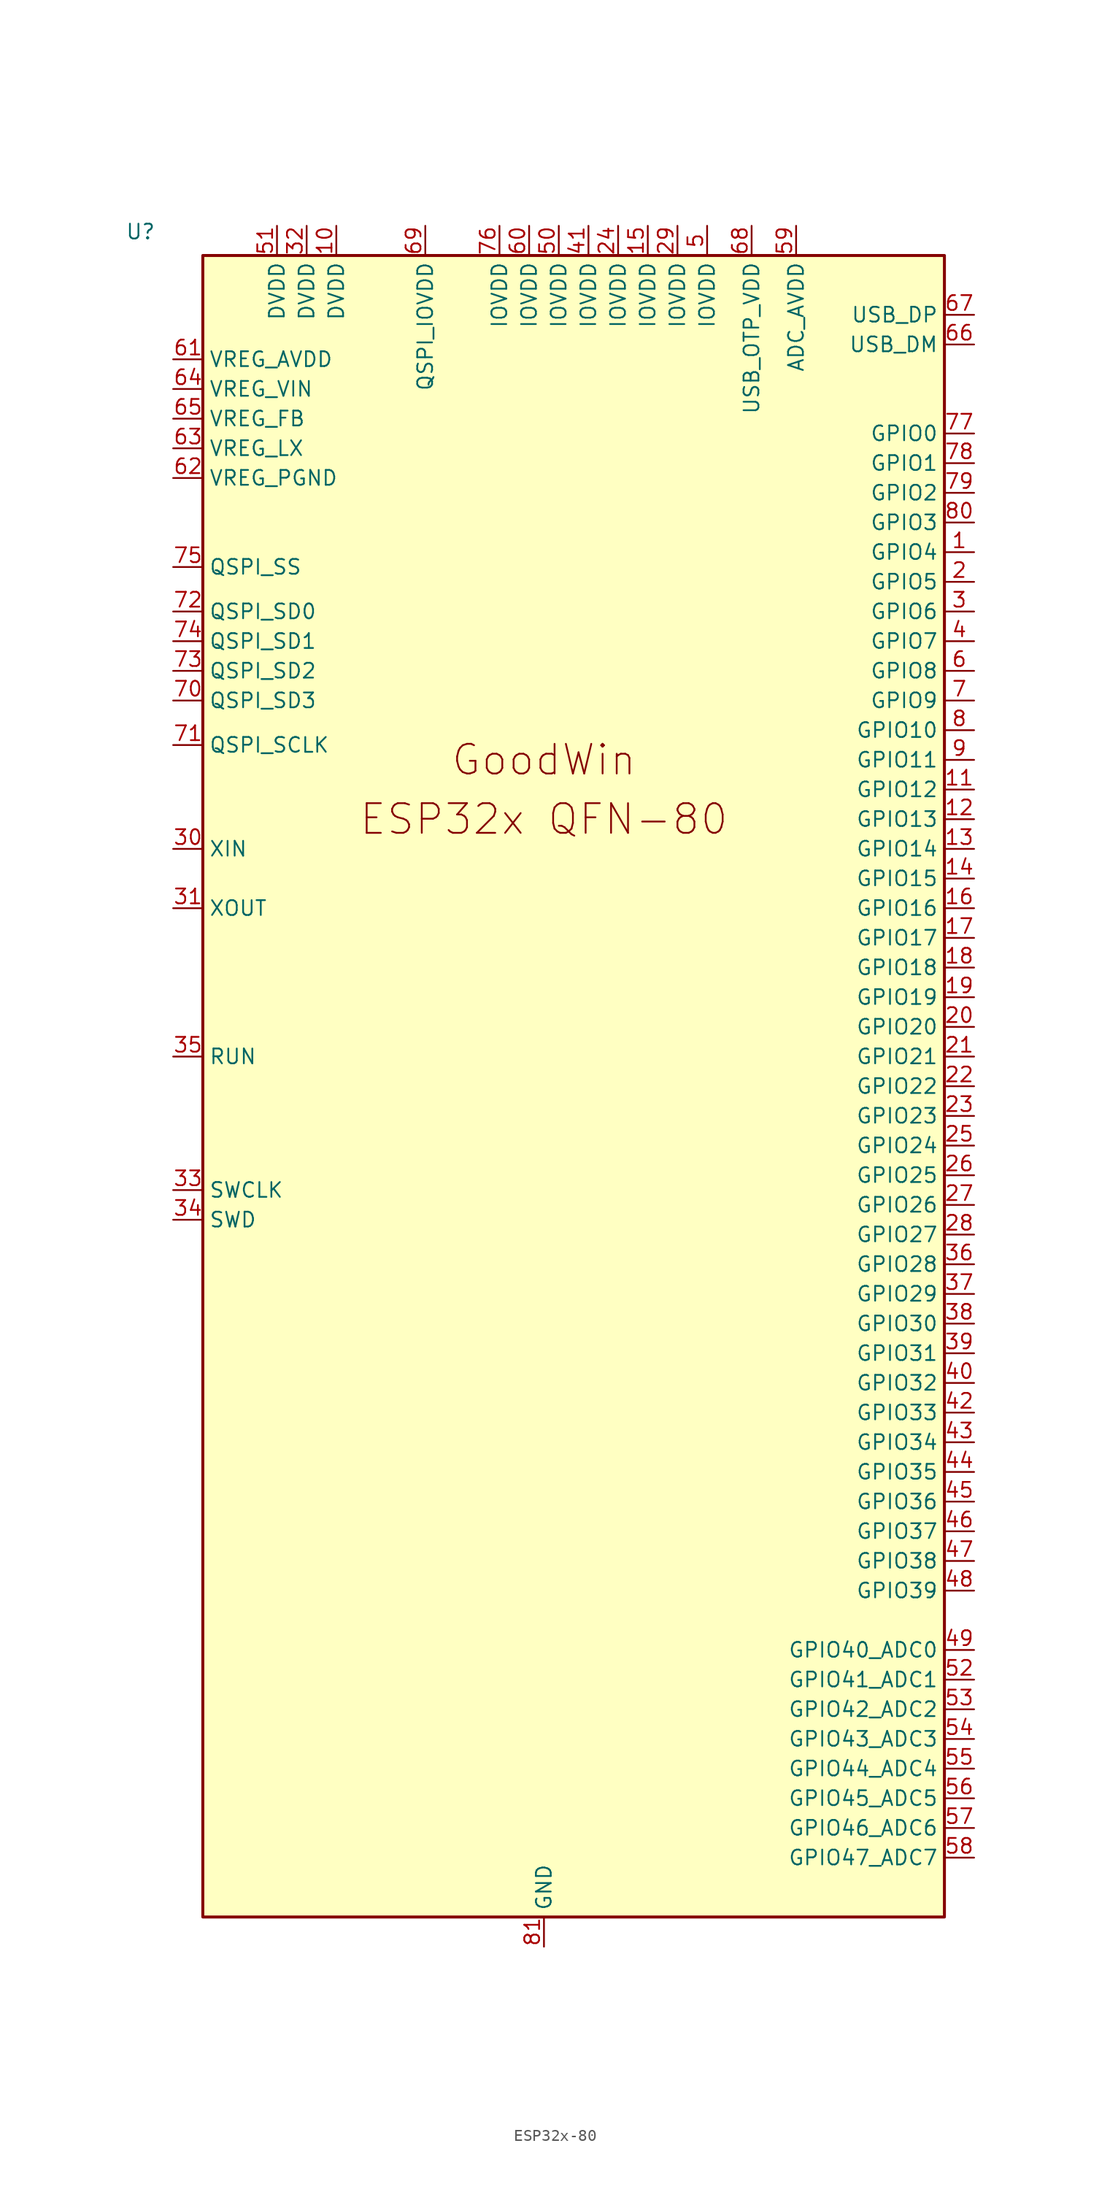
<source format=kicad_sym>
(kicad_symbol_lib
  (version 20231120)
  (generator "kicad_symbol_editor")
  (generator_version "8.0")
  (symbol "ESP32x-80"
    (property "Reference" "U"
      (at -38.354 75.692 0)
      (effects (font (size 1.27 1.27))))
    (property "Value" ""
      (at 0 0 0)
      (effects (font (size 1.27 1.27))))
    (symbol "ESP32x-80_0_1"
      (rectangle (start -33.02 73.66) (end 30.48 -68.58) (stroke (width 0.254) (type default)) (fill (type background))))
    (symbol "ESP32x-80_1_0"
      (text "ESP32x QFN-80" (at -3.81 25.4 0) (effects (font (size 2.54 2.54))))
      (text "GoodWin" (at -3.81 30.48 0) (effects (font (size 2.54 2.54)))))
    (symbol "ESP32x-80_1_1"
      (pin bidirectional line (at 33.02 48.26 180) (length 2.54) (name "GPIO4" (effects (font (size 1.27 1.27)))) (number "1" (effects (font (size 1.27 1.27)))))
      (pin power_in line (at -21.59 76.2 270) (length 2.54) (name "DVDD" (effects (font (size 1.27 1.27)))) (number "10" (effects (font (size 1.27 1.27)))))
      (pin bidirectional line (at 33.02 27.94 180) (length 2.54) (name "GPIO12" (effects (font (size 1.27 1.27)))) (number "11" (effects (font (size 1.27 1.27)))))
      (pin bidirectional line (at 33.02 25.4 180) (length 2.54) (name "GPIO13" (effects (font (size 1.27 1.27)))) (number "12" (effects (font (size 1.27 1.27)))))
      (pin bidirectional line (at 33.02 22.86 180) (length 2.54) (name "GPIO14" (effects (font (size 1.27 1.27)))) (number "13" (effects (font (size 1.27 1.27)))))
      (pin bidirectional line (at 33.02 20.32 180) (length 2.54) (name "GPIO15" (effects (font (size 1.27 1.27)))) (number "14" (effects (font (size 1.27 1.27)))))
      (pin power_in line (at 5.08 76.2 270) (length 2.54) (name "IOVDD" (effects (font (size 1.27 1.27)))) (number "15" (effects (font (size 1.27 1.27)))))
      (pin bidirectional line (at 33.02 17.78 180) (length 2.54) (name "GPIO16" (effects (font (size 1.27 1.27)))) (number "16" (effects (font (size 1.27 1.27)))))
      (pin bidirectional line (at 33.02 15.24 180) (length 2.54) (name "GPIO17" (effects (font (size 1.27 1.27)))) (number "17" (effects (font (size 1.27 1.27)))))
      (pin bidirectional line (at 33.02 12.7 180) (length 2.54) (name "GPIO18" (effects (font (size 1.27 1.27)))) (number "18" (effects (font (size 1.27 1.27)))))
      (pin bidirectional line (at 33.02 10.16 180) (length 2.54) (name "GPIO19" (effects (font (size 1.27 1.27)))) (number "19" (effects (font (size 1.27 1.27)))))
      (pin bidirectional line (at 33.02 45.72 180) (length 2.54) (name "GPIO5" (effects (font (size 1.27 1.27)))) (number "2" (effects (font (size 1.27 1.27)))))
      (pin bidirectional line (at 33.02 7.62 180) (length 2.54) (name "GPIO20" (effects (font (size 1.27 1.27)))) (number "20" (effects (font (size 1.27 1.27)))))
      (pin bidirectional line (at 33.02 5.08 180) (length 2.54) (name "GPIO21" (effects (font (size 1.27 1.27)))) (number "21" (effects (font (size 1.27 1.27)))))
      (pin bidirectional line (at 33.02 2.54 180) (length 2.54) (name "GPIO22" (effects (font (size 1.27 1.27)))) (number "22" (effects (font (size 1.27 1.27)))))
      (pin bidirectional line (at 33.02 0 180) (length 2.54) (name "GPIO23" (effects (font (size 1.27 1.27)))) (number "23" (effects (font (size 1.27 1.27)))))
      (pin power_in line (at 2.54 76.2 270) (length 2.54) (name "IOVDD" (effects (font (size 1.27 1.27)))) (number "24" (effects (font (size 1.27 1.27)))))
      (pin bidirectional line (at 33.02 -2.54 180) (length 2.54) (name "GPIO24" (effects (font (size 1.27 1.27)))) (number "25" (effects (font (size 1.27 1.27)))))
      (pin bidirectional line (at 33.02 -5.08 180) (length 2.54) (name "GPIO25" (effects (font (size 1.27 1.27)))) (number "26" (effects (font (size 1.27 1.27)))))
      (pin bidirectional line (at 33.02 -7.62 180) (length 2.54) (name "GPIO26" (effects (font (size 1.27 1.27)))) (number "27" (effects (font (size 1.27 1.27)))))
      (pin bidirectional line (at 33.02 -10.16 180) (length 2.54) (name "GPIO27" (effects (font (size 1.27 1.27)))) (number "28" (effects (font (size 1.27 1.27)))))
      (pin power_in line (at 7.62 76.2 270) (length 2.54) (name "IOVDD" (effects (font (size 1.27 1.27)))) (number "29" (effects (font (size 1.27 1.27)))))
      (pin bidirectional line (at 33.02 43.18 180) (length 2.54) (name "GPIO6" (effects (font (size 1.27 1.27)))) (number "3" (effects (font (size 1.27 1.27)))))
      (pin input line (at -35.56 22.86 0) (length 2.54) (name "XIN" (effects (font (size 1.27 1.27)))) (number "30" (effects (font (size 1.27 1.27)))))
      (pin passive line (at -35.56 17.78 0) (length 2.54) (name "XOUT" (effects (font (size 1.27 1.27)))) (number "31" (effects (font (size 1.27 1.27)))))
      (pin power_in line (at -24.13 76.2 270) (length 2.54) (name "DVDD" (effects (font (size 1.27 1.27)))) (number "32" (effects (font (size 1.27 1.27)))))
      (pin output line (at -35.56 -6.35 0) (length 2.54) (name "SWCLK" (effects (font (size 1.27 1.27)))) (number "33" (effects (font (size 1.27 1.27)))))
      (pin bidirectional line (at -35.56 -8.89 0) (length 2.54) (name "SWD" (effects (font (size 1.27 1.27)))) (number "34" (effects (font (size 1.27 1.27)))))
      (pin input line (at -35.56 5.08 0) (length 2.54) (name "RUN" (effects (font (size 1.27 1.27)))) (number "35" (effects (font (size 1.27 1.27)))))
      (pin bidirectional line (at 33.02 -12.7 180) (length 2.54) (name "GPIO28" (effects (font (size 1.27 1.27)))) (number "36" (effects (font (size 1.27 1.27)))))
      (pin bidirectional line (at 33.02 -15.24 180) (length 2.54) (name "GPIO29" (effects (font (size 1.27 1.27)))) (number "37" (effects (font (size 1.27 1.27)))))
      (pin bidirectional line (at 33.02 -17.78 180) (length 2.54) (name "GPIO30" (effects (font (size 1.27 1.27)))) (number "38" (effects (font (size 1.27 1.27)))))
      (pin bidirectional line (at 33.02 -20.32 180) (length 2.54) (name "GPIO31" (effects (font (size 1.27 1.27)))) (number "39" (effects (font (size 1.27 1.27)))))
      (pin bidirectional line (at 33.02 40.64 180) (length 2.54) (name "GPIO7" (effects (font (size 1.27 1.27)))) (number "4" (effects (font (size 1.27 1.27)))))
      (pin bidirectional line (at 33.02 -22.86 180) (length 2.54) (name "GPIO32" (effects (font (size 1.27 1.27)))) (number "40" (effects (font (size 1.27 1.27)))))
      (pin power_in line (at 0 76.2 270) (length 2.54) (name "IOVDD" (effects (font (size 1.27 1.27)))) (number "41" (effects (font (size 1.27 1.27)))))
      (pin bidirectional line (at 33.02 -25.4 180) (length 2.54) (name "GPIO33" (effects (font (size 1.27 1.27)))) (number "42" (effects (font (size 1.27 1.27)))))
      (pin bidirectional line (at 33.02 -27.94 180) (length 2.54) (name "GPIO34" (effects (font (size 1.27 1.27)))) (number "43" (effects (font (size 1.27 1.27)))))
      (pin bidirectional line (at 33.02 -30.48 180) (length 2.54) (name "GPIO35" (effects (font (size 1.27 1.27)))) (number "44" (effects (font (size 1.27 1.27)))))
      (pin bidirectional line (at 33.02 -33.02 180) (length 2.54) (name "GPIO36" (effects (font (size 1.27 1.27)))) (number "45" (effects (font (size 1.27 1.27)))))
      (pin bidirectional line (at 33.02 -35.56 180) (length 2.54) (name "GPIO37" (effects (font (size 1.27 1.27)))) (number "46" (effects (font (size 1.27 1.27)))))
      (pin bidirectional line (at 33.02 -38.1 180) (length 2.54) (name "GPIO38" (effects (font (size 1.27 1.27)))) (number "47" (effects (font (size 1.27 1.27)))))
      (pin bidirectional line (at 33.02 -40.64 180) (length 2.54) (name "GPIO39" (effects (font (size 1.27 1.27)))) (number "48" (effects (font (size 1.27 1.27)))))
      (pin bidirectional line (at 33.02 -45.72 180) (length 2.54) (name "GPIO40_ADC0" (effects (font (size 1.27 1.27)))) (number "49" (effects (font (size 1.27 1.27)))))
      (pin power_in line (at 10.16 76.2 270) (length 2.54) (name "IOVDD" (effects (font (size 1.27 1.27)))) (number "5" (effects (font (size 1.27 1.27)))))
      (pin power_in line (at -2.54 76.2 270) (length 2.54) (name "IOVDD" (effects (font (size 1.27 1.27)))) (number "50" (effects (font (size 1.27 1.27)))))
      (pin power_in line (at -26.67 76.2 270) (length 2.54) (name "DVDD" (effects (font (size 1.27 1.27)))) (number "51" (effects (font (size 1.27 1.27)))))
      (pin bidirectional line (at 33.02 -48.26 180) (length 2.54) (name "GPIO41_ADC1" (effects (font (size 1.27 1.27)))) (number "52" (effects (font (size 1.27 1.27)))))
      (pin bidirectional line (at 33.02 -50.8 180) (length 2.54) (name "GPIO42_ADC2" (effects (font (size 1.27 1.27)))) (number "53" (effects (font (size 1.27 1.27)))))
      (pin bidirectional line (at 33.02 -53.34 180) (length 2.54) (name "GPIO43_ADC3" (effects (font (size 1.27 1.27)))) (number "54" (effects (font (size 1.27 1.27)))))
      (pin bidirectional line (at 33.02 -55.88 180) (length 2.54) (name "GPIO44_ADC4" (effects (font (size 1.27 1.27)))) (number "55" (effects (font (size 1.27 1.27)))))
      (pin bidirectional line (at 33.02 -58.42 180) (length 2.54) (name "GPIO45_ADC5" (effects (font (size 1.27 1.27)))) (number "56" (effects (font (size 1.27 1.27)))))
      (pin bidirectional line (at 33.02 -60.96 180) (length 2.54) (name "GPIO46_ADC6" (effects (font (size 1.27 1.27)))) (number "57" (effects (font (size 1.27 1.27)))))
      (pin bidirectional line (at 33.02 -63.5 180) (length 2.54) (name "GPIO47_ADC7" (effects (font (size 1.27 1.27)))) (number "58" (effects (font (size 1.27 1.27)))))
      (pin power_in line (at 17.78 76.2 270) (length 2.54) (name "ADC_AVDD" (effects (font (size 1.27 1.27)))) (number "59" (effects (font (size 1.27 1.27)))))
      (pin bidirectional line (at 33.02 38.1 180) (length 2.54) (name "GPIO8" (effects (font (size 1.27 1.27)))) (number "6" (effects (font (size 1.27 1.27)))))
      (pin power_in line (at -5.08 76.2 270) (length 2.54) (name "IOVDD" (effects (font (size 1.27 1.27)))) (number "60" (effects (font (size 1.27 1.27)))))
      (pin power_in line (at -35.56 64.77 0) (length 2.54) (name "VREG_AVDD" (effects (font (size 1.27 1.27)))) (number "61" (effects (font (size 1.27 1.27)))))
      (pin power_in line (at -35.56 54.61 0) (length 2.54) (name "VREG_PGND" (effects (font (size 1.27 1.27)))) (number "62" (effects (font (size 1.27 1.27)))))
      (pin power_out line (at -35.56 57.15 0) (length 2.54) (name "VREG_LX" (effects (font (size 1.27 1.27)))) (number "63" (effects (font (size 1.27 1.27)))))
      (pin power_in line (at -35.56 62.23 0) (length 2.54) (name "VREG_VIN" (effects (font (size 1.27 1.27)))) (number "64" (effects (font (size 1.27 1.27)))))
      (pin input line (at -35.56 59.69 0) (length 2.54) (name "VREG_FB" (effects (font (size 1.27 1.27)))) (number "65" (effects (font (size 1.27 1.27)))))
      (pin bidirectional line (at 33.02 66.04 180) (length 2.54) (name "USB_DM" (effects (font (size 1.27 1.27)))) (number "66" (effects (font (size 1.27 1.27)))))
      (pin bidirectional line (at 33.02 68.58 180) (length 2.54) (name "USB_DP" (effects (font (size 1.27 1.27)))) (number "67" (effects (font (size 1.27 1.27)))))
      (pin power_in line (at 13.97 76.2 270) (length 2.54) (name "USB_OTP_VDD" (effects (font (size 1.27 1.27)))) (number "68" (effects (font (size 1.27 1.27)))))
      (pin power_in line (at -13.97 76.2 270) (length 2.54) (name "QSPI_IOVDD" (effects (font (size 1.27 1.27)))) (number "69" (effects (font (size 1.27 1.27)))))
      (pin bidirectional line (at 33.02 35.56 180) (length 2.54) (name "GPIO9" (effects (font (size 1.27 1.27)))) (number "7" (effects (font (size 1.27 1.27)))))
      (pin bidirectional line (at -35.56 35.56 0) (length 2.54) (name "QSPI_SD3" (effects (font (size 1.27 1.27)))) (number "70" (effects (font (size 1.27 1.27)))))
      (pin output line (at -35.56 31.75 0) (length 2.54) (name "QSPI_SCLK" (effects (font (size 1.27 1.27)))) (number "71" (effects (font (size 1.27 1.27)))))
      (pin bidirectional line (at -35.56 43.18 0) (length 2.54) (name "QSPI_SD0" (effects (font (size 1.27 1.27)))) (number "72" (effects (font (size 1.27 1.27)))))
      (pin bidirectional line (at -35.56 38.1 0) (length 2.54) (name "QSPI_SD2" (effects (font (size 1.27 1.27)))) (number "73" (effects (font (size 1.27 1.27)))))
      (pin bidirectional line (at -35.56 40.64 0) (length 2.54) (name "QSPI_SD1" (effects (font (size 1.27 1.27)))) (number "74" (effects (font (size 1.27 1.27)))))
      (pin bidirectional line (at -35.56 46.99 0) (length 2.54) (name "QSPI_SS" (effects (font (size 1.27 1.27)))) (number "75" (effects (font (size 1.27 1.27)))))
      (pin power_in line (at -7.62 76.2 270) (length 2.54) (name "IOVDD" (effects (font (size 1.27 1.27)))) (number "76" (effects (font (size 1.27 1.27)))))
      (pin bidirectional line (at 33.02 58.42 180) (length 2.54) (name "GPIO0" (effects (font (size 1.27 1.27)))) (number "77" (effects (font (size 1.27 1.27)))))
      (pin bidirectional line (at 33.02 55.88 180) (length 2.54) (name "GPIO1" (effects (font (size 1.27 1.27)))) (number "78" (effects (font (size 1.27 1.27)))))
      (pin bidirectional line (at 33.02 53.34 180) (length 2.54) (name "GPIO2" (effects (font (size 1.27 1.27)))) (number "79" (effects (font (size 1.27 1.27)))))
      (pin bidirectional line (at 33.02 33.02 180) (length 2.54) (name "GPIO10" (effects (font (size 1.27 1.27)))) (number "8" (effects (font (size 1.27 1.27)))))
      (pin bidirectional line (at 33.02 50.8 180) (length 2.54) (name "GPIO3" (effects (font (size 1.27 1.27)))) (number "80" (effects (font (size 1.27 1.27)))))
      (pin power_in line (at -3.81 -71.12 90) (length 2.54) (name "GND" (effects (font (size 1.27 1.27)))) (number "81" (effects (font (size 1.27 1.27)))))
      (pin bidirectional line (at 33.02 30.48 180) (length 2.54) (name "GPIO11" (effects (font (size 1.27 1.27)))) (number "9" (effects (font (size 1.27 1.27))))))))
</source>
